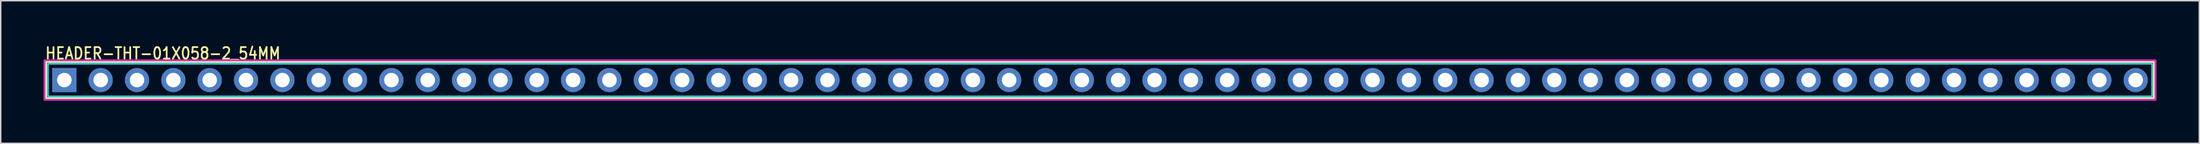
<source format=kicad_pcb>
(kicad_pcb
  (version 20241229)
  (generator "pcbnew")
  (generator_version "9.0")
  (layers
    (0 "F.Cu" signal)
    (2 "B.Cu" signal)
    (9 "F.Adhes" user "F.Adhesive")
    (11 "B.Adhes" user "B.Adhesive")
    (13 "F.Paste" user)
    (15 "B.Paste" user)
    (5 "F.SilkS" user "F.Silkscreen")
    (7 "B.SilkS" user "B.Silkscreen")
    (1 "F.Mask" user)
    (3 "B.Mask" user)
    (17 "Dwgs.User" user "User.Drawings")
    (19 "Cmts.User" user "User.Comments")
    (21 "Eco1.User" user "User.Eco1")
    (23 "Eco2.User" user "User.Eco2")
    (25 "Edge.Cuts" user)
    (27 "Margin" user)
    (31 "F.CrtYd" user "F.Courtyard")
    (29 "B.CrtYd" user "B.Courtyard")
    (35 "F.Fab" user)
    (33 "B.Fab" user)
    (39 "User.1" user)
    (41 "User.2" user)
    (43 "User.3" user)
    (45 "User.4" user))
  (footprint "HEADER-THT-01X058-2_54MM"
    (layer "F.Cu")
    (at 1.447 2.579)
    (property "Reference" "HEADER-THT-01X058-2_54MM" (at -1.4 -1.4 0) (unlocked yes) (layer "F.SilkS") (effects (font (size 0.813 0.695) (thickness 0.122)) (justify left bottom)))
    (fp_line (start -1.27 -1.27) (end -1.27 1.27) (stroke (width 0.127) (type solid)) (layer "F.SilkS"))
    (fp_line (start -1.27 1.27) (end 146.05 1.27) (stroke (width 0.127) (type solid)) (layer "F.SilkS"))
    (fp_line (start 146.05 -1.27) (end -1.27 -1.27) (stroke (width 0.127) (type solid)) (layer "F.SilkS"))
    (fp_line (start 146.05 1.27) (end 146.05 -1.27) (stroke (width 0.127) (type solid)) (layer "F.SilkS"))
    (fp_poly (pts (xy -1.143 -1.143) (xy 145.923 -1.143) (xy 145.923 1.143) (xy -1.143 1.143)) (stroke (width 0.1) (type solid)) (fill no) (layer "B.CrtYd"))
    (fp_poly (pts (xy -1.397 -1.397) (xy 146.177 -1.397) (xy 146.177 1.397) (xy -1.397 1.397)) (stroke (width 0.1) (type solid)) (fill no) (layer "F.CrtYd"))
    (pad "1" thru_hole rect (at 0 0) (size 1.693 1.693) (drill 1.016) (layers "*.Cu" "*.Mask"))
    (pad "2" thru_hole oval (at 2.54 0) (size 1.693 1.693) (drill 1.016) (layers "*.Cu" "*.Mask"))
    (pad "3" thru_hole oval (at 5.08 0) (size 1.693 1.693) (drill 1.016) (layers "*.Cu" "*.Mask"))
    (pad "4" thru_hole oval (at 7.62 0) (size 1.693 1.693) (drill 1.016) (layers "*.Cu" "*.Mask"))
    (pad "5" thru_hole oval (at 10.16 0) (size 1.693 1.693) (drill 1.016) (layers "*.Cu" "*.Mask"))
    (pad "6" thru_hole oval (at 12.7 0) (size 1.693 1.693) (drill 1.016) (layers "*.Cu" "*.Mask"))
    (pad "7" thru_hole oval (at 15.24 0) (size 1.693 1.693) (drill 1.016) (layers "*.Cu" "*.Mask"))
    (pad "8" thru_hole oval (at 17.78 0) (size 1.693 1.693) (drill 1.016) (layers "*.Cu" "*.Mask"))
    (pad "9" thru_hole oval (at 20.32 0) (size 1.693 1.693) (drill 1.016) (layers "*.Cu" "*.Mask"))
    (pad "10" thru_hole oval (at 22.86 0) (size 1.693 1.693) (drill 1.016) (layers "*.Cu" "*.Mask"))
    (pad "11" thru_hole oval (at 25.4 0) (size 1.693 1.693) (drill 1.016) (layers "*.Cu" "*.Mask"))
    (pad "12" thru_hole oval (at 27.94 0) (size 1.693 1.693) (drill 1.016) (layers "*.Cu" "*.Mask"))
    (pad "13" thru_hole oval (at 30.48 0) (size 1.693 1.693) (drill 1.016) (layers "*.Cu" "*.Mask"))
    (pad "14" thru_hole oval (at 33.02 0) (size 1.693 1.693) (drill 1.016) (layers "*.Cu" "*.Mask"))
    (pad "15" thru_hole oval (at 35.56 0) (size 1.693 1.693) (drill 1.016) (layers "*.Cu" "*.Mask"))
    (pad "16" thru_hole oval (at 38.1 0) (size 1.693 1.693) (drill 1.016) (layers "*.Cu" "*.Mask"))
    (pad "17" thru_hole oval (at 40.64 0) (size 1.693 1.693) (drill 1.016) (layers "*.Cu" "*.Mask"))
    (pad "18" thru_hole oval (at 43.18 0) (size 1.693 1.693) (drill 1.016) (layers "*.Cu" "*.Mask"))
    (pad "19" thru_hole oval (at 45.72 0) (size 1.693 1.693) (drill 1.016) (layers "*.Cu" "*.Mask"))
    (pad "20" thru_hole oval (at 48.26 0) (size 1.693 1.693) (drill 1.016) (layers "*.Cu" "*.Mask"))
    (pad "21" thru_hole oval (at 50.8 0) (size 1.693 1.693) (drill 1.016) (layers "*.Cu" "*.Mask"))
    (pad "22" thru_hole oval (at 53.34 0) (size 1.693 1.693) (drill 1.016) (layers "*.Cu" "*.Mask"))
    (pad "23" thru_hole oval (at 55.88 0) (size 1.693 1.693) (drill 1.016) (layers "*.Cu" "*.Mask"))
    (pad "24" thru_hole oval (at 58.42 0) (size 1.693 1.693) (drill 1.016) (layers "*.Cu" "*.Mask"))
    (pad "25" thru_hole oval (at 60.96 0) (size 1.693 1.693) (drill 1.016) (layers "*.Cu" "*.Mask"))
    (pad "26" thru_hole oval (at 63.5 0) (size 1.693 1.693) (drill 1.016) (layers "*.Cu" "*.Mask"))
    (pad "27" thru_hole oval (at 66.04 0) (size 1.693 1.693) (drill 1.016) (layers "*.Cu" "*.Mask"))
    (pad "28" thru_hole oval (at 68.58 0) (size 1.693 1.693) (drill 1.016) (layers "*.Cu" "*.Mask"))
    (pad "29" thru_hole oval (at 71.12 0) (size 1.693 1.693) (drill 1.016) (layers "*.Cu" "*.Mask"))
    (pad "30" thru_hole oval (at 73.66 0) (size 1.693 1.693) (drill 1.016) (layers "*.Cu" "*.Mask"))
    (pad "31" thru_hole oval (at 76.2 0) (size 1.693 1.693) (drill 1.016) (layers "*.Cu" "*.Mask"))
    (pad "32" thru_hole oval (at 78.74 0) (size 1.693 1.693) (drill 1.016) (layers "*.Cu" "*.Mask"))
    (pad "33" thru_hole oval (at 81.28 0) (size 1.693 1.693) (drill 1.016) (layers "*.Cu" "*.Mask"))
    (pad "34" thru_hole oval (at 83.82 0) (size 1.693 1.693) (drill 1.016) (layers "*.Cu" "*.Mask"))
    (pad "35" thru_hole oval (at 86.36 0) (size 1.693 1.693) (drill 1.016) (layers "*.Cu" "*.Mask"))
    (pad "36" thru_hole oval (at 88.9 0) (size 1.693 1.693) (drill 1.016) (layers "*.Cu" "*.Mask"))
    (pad "37" thru_hole oval (at 91.44 0) (size 1.693 1.693) (drill 1.016) (layers "*.Cu" "*.Mask"))
    (pad "38" thru_hole oval (at 93.98 0) (size 1.693 1.693) (drill 1.016) (layers "*.Cu" "*.Mask"))
    (pad "39" thru_hole oval (at 96.52 0) (size 1.693 1.693) (drill 1.016) (layers "*.Cu" "*.Mask"))
    (pad "40" thru_hole oval (at 99.06 0) (size 1.693 1.693) (drill 1.016) (layers "*.Cu" "*.Mask"))
    (pad "41" thru_hole oval (at 101.6 0) (size 1.693 1.693) (drill 1.016) (layers "*.Cu" "*.Mask"))
    (pad "42" thru_hole oval (at 104.14 0) (size 1.693 1.693) (drill 1.016) (layers "*.Cu" "*.Mask"))
    (pad "43" thru_hole oval (at 106.68 0) (size 1.693 1.693) (drill 1.016) (layers "*.Cu" "*.Mask"))
    (pad "44" thru_hole oval (at 109.22 0) (size 1.693 1.693) (drill 1.016) (layers "*.Cu" "*.Mask"))
    (pad "45" thru_hole oval (at 111.76 0) (size 1.693 1.693) (drill 1.016) (layers "*.Cu" "*.Mask"))
    (pad "46" thru_hole oval (at 114.3 0) (size 1.693 1.693) (drill 1.016) (layers "*.Cu" "*.Mask"))
    (pad "47" thru_hole oval (at 116.84 0) (size 1.693 1.693) (drill 1.016) (layers "*.Cu" "*.Mask"))
    (pad "48" thru_hole oval (at 119.38 0) (size 1.693 1.693) (drill 1.016) (layers "*.Cu" "*.Mask"))
    (pad "49" thru_hole oval (at 121.92 0) (size 1.693 1.693) (drill 1.016) (layers "*.Cu" "*.Mask"))
    (pad "50" thru_hole oval (at 124.46 0) (size 1.693 1.693) (drill 1.016) (layers "*.Cu" "*.Mask"))
    (pad "51" thru_hole oval (at 127 0) (size 1.693 1.693) (drill 1.016) (layers "*.Cu" "*.Mask"))
    (pad "52" thru_hole oval (at 129.54 0) (size 1.693 1.693) (drill 1.016) (layers "*.Cu" "*.Mask"))
    (pad "53" thru_hole oval (at 132.08 0) (size 1.693 1.693) (drill 1.016) (layers "*.Cu" "*.Mask"))
    (pad "54" thru_hole oval (at 134.62 0) (size 1.693 1.693) (drill 1.016) (layers "*.Cu" "*.Mask"))
    (pad "55" thru_hole oval (at 137.16 0) (size 1.693 1.693) (drill 1.016) (layers "*.Cu" "*.Mask"))
    (pad "56" thru_hole oval (at 139.7 0) (size 1.693 1.693) (drill 1.016) (layers "*.Cu" "*.Mask"))
    (pad "57" thru_hole oval (at 142.24 0) (size 1.693 1.693) (drill 1.016) (layers "*.Cu" "*.Mask"))
    (pad "58" thru_hole oval (at 144.78 0) (size 1.693 1.693) (drill 1.016) (layers "*.Cu" "*.Mask")))
  (gr_rect
    (start -3 -3)
    (end 150.674 7.026)
    (stroke (width 0.1) (type default))
    (fill no)
    (layer "Edge.Cuts")))
</source>
